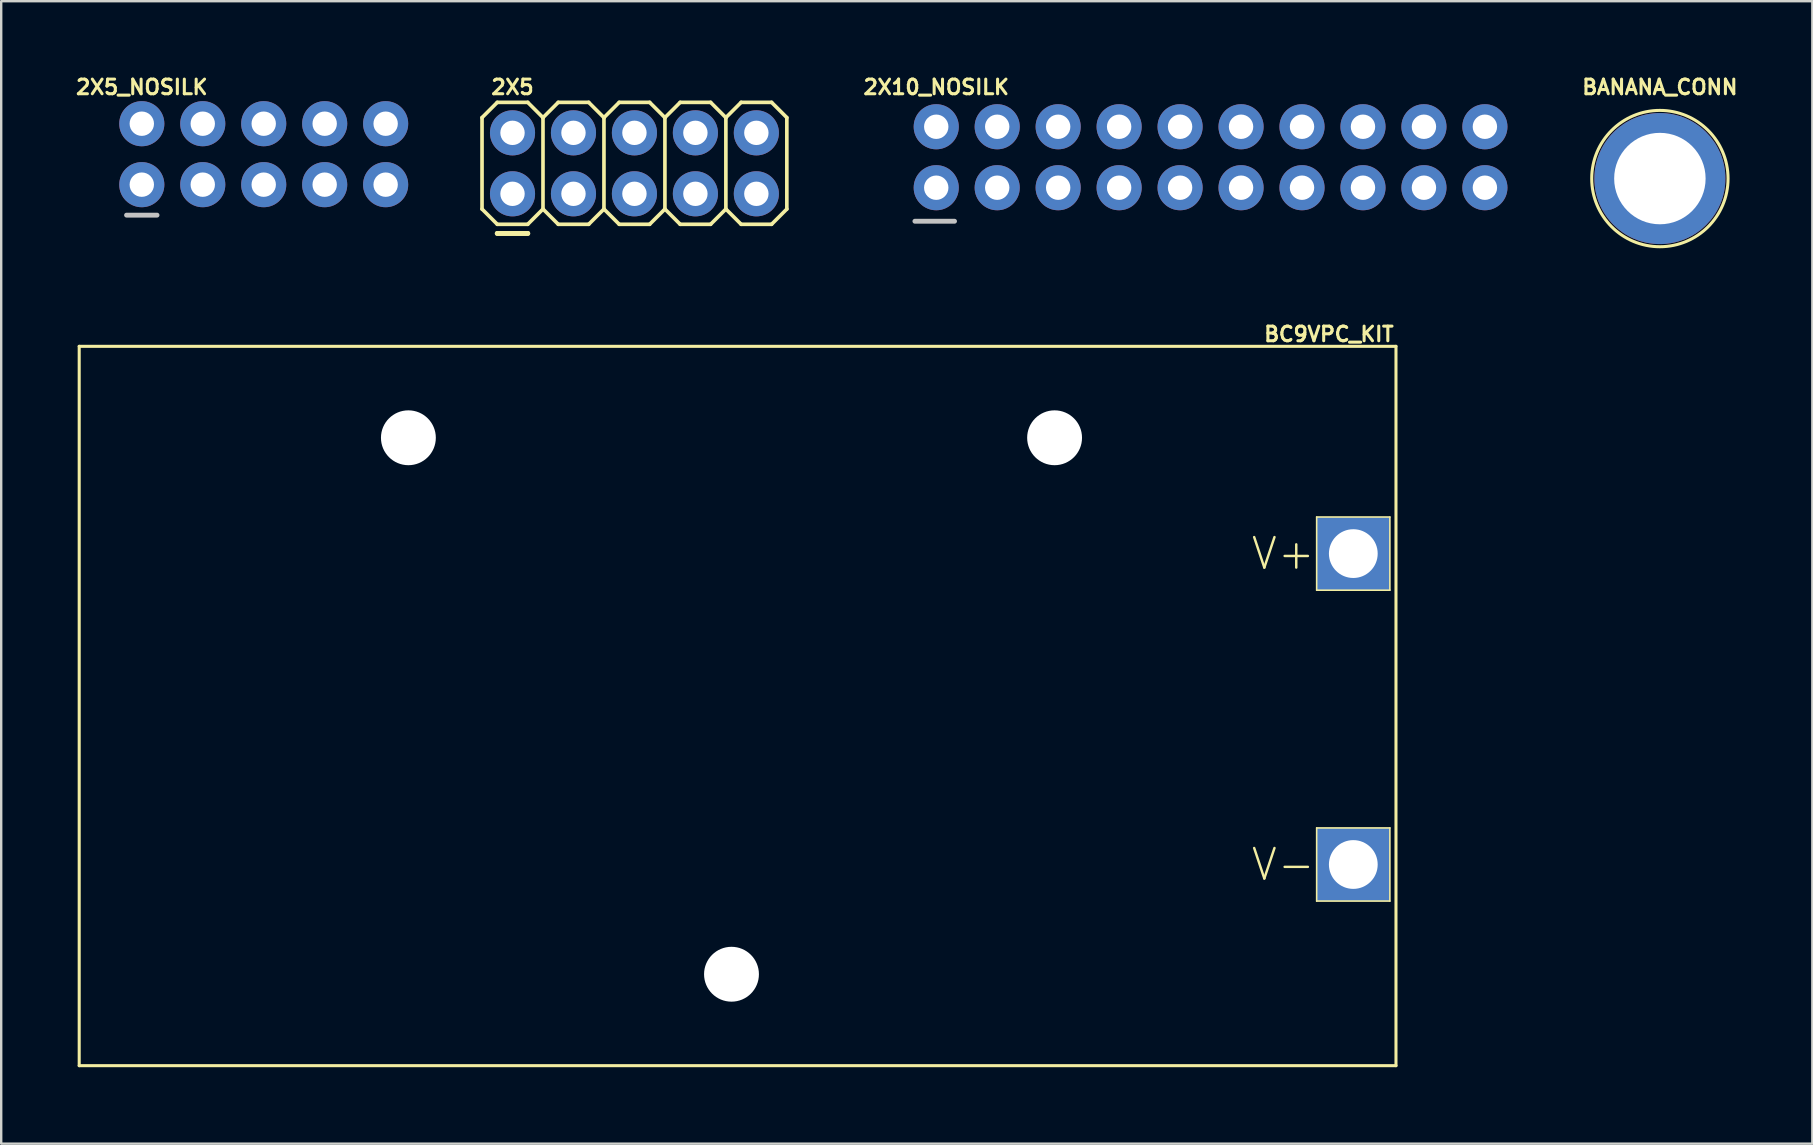
<source format=kicad_pcb>
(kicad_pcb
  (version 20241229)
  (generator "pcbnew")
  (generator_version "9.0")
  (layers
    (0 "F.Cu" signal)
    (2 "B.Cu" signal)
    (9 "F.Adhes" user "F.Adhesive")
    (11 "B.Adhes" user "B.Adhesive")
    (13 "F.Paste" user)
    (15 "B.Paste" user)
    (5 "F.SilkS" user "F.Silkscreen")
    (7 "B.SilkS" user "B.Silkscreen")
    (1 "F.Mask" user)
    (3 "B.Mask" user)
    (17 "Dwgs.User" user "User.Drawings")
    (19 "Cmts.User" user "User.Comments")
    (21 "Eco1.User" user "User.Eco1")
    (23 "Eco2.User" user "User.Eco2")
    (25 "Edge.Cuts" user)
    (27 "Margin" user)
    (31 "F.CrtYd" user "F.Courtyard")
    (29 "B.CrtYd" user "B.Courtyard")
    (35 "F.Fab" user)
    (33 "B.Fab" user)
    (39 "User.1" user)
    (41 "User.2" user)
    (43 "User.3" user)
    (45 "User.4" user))
  (footprint "2X10_NOSILK"
    (layer "F.Cu")
    (at 35.959 4.771)
    (property "Reference" "2X10_NOSILK" (at 0 -4.191 0) (layer "F.SilkS") (effects (font (size 0.61 0.61) (thickness 0.127))))
    (attr exclude_from_pos_files exclude_from_bom)
    (fp_line (start -0.889 1.397) (end 0.762 1.397) (stroke (width 0.203) (type solid)) (layer "Dwgs.User"))
    (pad "1" thru_hole circle (at 0 0) (size 1.88 1.88) (drill 1.016) (layers "*.Cu" "*.Mask"))
    (pad "2" thru_hole circle (at 0 -2.54) (size 1.88 1.88) (drill 1.016) (layers "*.Cu" "*.Mask"))
    (pad "3" thru_hole circle (at 2.54 0) (size 1.88 1.88) (drill 1.016) (layers "*.Cu" "*.Mask"))
    (pad "4" thru_hole circle (at 2.54 -2.54) (size 1.88 1.88) (drill 1.016) (layers "*.Cu" "*.Mask"))
    (pad "5" thru_hole circle (at 5.08 0) (size 1.88 1.88) (drill 1.016) (layers "*.Cu" "*.Mask"))
    (pad "6" thru_hole circle (at 5.08 -2.54) (size 1.88 1.88) (drill 1.016) (layers "*.Cu" "*.Mask"))
    (pad "7" thru_hole circle (at 7.62 0) (size 1.88 1.88) (drill 1.016) (layers "*.Cu" "*.Mask"))
    (pad "8" thru_hole circle (at 7.62 -2.54) (size 1.88 1.88) (drill 1.016) (layers "*.Cu" "*.Mask"))
    (pad "9" thru_hole circle (at 10.16 0) (size 1.88 1.88) (drill 1.016) (layers "*.Cu" "*.Mask"))
    (pad "10" thru_hole circle (at 10.16 -2.54) (size 1.88 1.88) (drill 1.016) (layers "*.Cu" "*.Mask"))
    (pad "11" thru_hole circle (at 12.7 0) (size 1.88 1.88) (drill 1.016) (layers "*.Cu" "*.Mask"))
    (pad "12" thru_hole circle (at 12.7 -2.54) (size 1.88 1.88) (drill 1.016) (layers "*.Cu" "*.Mask"))
    (pad "13" thru_hole circle (at 15.24 0) (size 1.88 1.88) (drill 1.016) (layers "*.Cu" "*.Mask"))
    (pad "14" thru_hole circle (at 15.24 -2.54) (size 1.88 1.88) (drill 1.016) (layers "*.Cu" "*.Mask"))
    (pad "15" thru_hole circle (at 17.78 0) (size 1.88 1.88) (drill 1.016) (layers "*.Cu" "*.Mask"))
    (pad "16" thru_hole circle (at 17.78 -2.54) (size 1.88 1.88) (drill 1.016) (layers "*.Cu" "*.Mask"))
    (pad "17" thru_hole circle (at 20.32 0) (size 1.88 1.88) (drill 1.016) (layers "*.Cu" "*.Mask"))
    (pad "18" thru_hole circle (at 20.32 -2.54) (size 1.88 1.88) (drill 1.016) (layers "*.Cu" "*.Mask"))
    (pad "19" thru_hole circle (at 22.86 0) (size 1.88 1.88) (drill 1.016) (layers "*.Cu" "*.Mask"))
    (pad "20" thru_hole circle (at 22.86 -2.54) (size 1.88 1.88) (drill 1.016) (layers "*.Cu" "*.Mask")))
  (footprint "BC9VPC_KIT"
    (layer "F.Cu")
    (at 0.25 41.352)
    (property "Reference" "BC9VPC_KIT" (at 52.07 -30.48 0) (layer "F.SilkS") (effects (font (size 0.61 0.61) (thickness 0.127))))
    (attr exclude_from_pos_files exclude_from_bom)
    (fp_line (start 0 -29.972) (end 54.864 -29.972) (stroke (width 0.127) (type solid)) (layer "F.SilkS"))
    (fp_line (start 0 0) (end 0 -29.972) (stroke (width 0.127) (type solid)) (layer "F.SilkS"))
    (fp_line (start 51.559 -22.86) (end 54.61 -22.86) (stroke (width 0.066) (type solid)) (layer "F.SilkS"))
    (fp_line (start 51.559 -19.812) (end 51.559 -22.86) (stroke (width 0.066) (type solid)) (layer "F.SilkS"))
    (fp_line (start 51.559 -19.812) (end 54.61 -19.812) (stroke (width 0.066) (type solid)) (layer "F.SilkS"))
    (fp_line (start 51.559 -9.906) (end 54.61 -9.906) (stroke (width 0.066) (type solid)) (layer "F.SilkS"))
    (fp_line (start 51.559 -6.858) (end 51.559 -9.906) (stroke (width 0.066) (type solid)) (layer "F.SilkS"))
    (fp_line (start 51.559 -6.858) (end 54.61 -6.858) (stroke (width 0.066) (type solid)) (layer "F.SilkS"))
    (fp_line (start 54.61 -19.812) (end 54.61 -22.86) (stroke (width 0.066) (type solid)) (layer "F.SilkS"))
    (fp_line (start 54.61 -6.858) (end 54.61 -9.906) (stroke (width 0.066) (type solid)) (layer "F.SilkS"))
    (fp_line (start 54.864 -29.972) (end 54.864 0) (stroke (width 0.127) (type solid)) (layer "F.SilkS"))
    (fp_line (start 54.864 0) (end 0 0) (stroke (width 0.127) (type solid)) (layer "F.SilkS"))
    (fp_text user "V-" (at 50.165 -8.382 0) (layer "F.SilkS") (effects (font (size 1.27 1.27) (thickness 0.102))))
    (fp_text user "V+" (at 50.165 -21.336 0) (layer "F.SilkS") (effects (font (size 1.27 1.27) (thickness 0.102))))
    (pad "" np_thru_hole circle (at 13.716 -26.162) (size 2.286 2.286) (drill 2.286) (layers "*.Cu" "*.Mask"))
    (pad "" np_thru_hole circle (at 27.178 -3.81) (size 2.286 2.286) (drill 2.286) (layers "*.Cu" "*.Mask"))
    (pad "" np_thru_hole circle (at 40.64 -26.162) (size 2.286 2.286) (drill 2.286) (layers "*.Cu" "*.Mask"))
    (pad "V+" thru_hole rect (at 53.086 -21.336) (size 3.048 3.048) (drill 2.032) (layers "*.Cu" "*.Mask"))
    (pad "V-" thru_hole rect (at 53.086 -8.382) (size 3.048 3.048) (drill 2.032) (layers "*.Cu" "*.Mask")))
  (footprint "2X5"
    (layer "F.Cu")
    (at 18.304 5.025)
    (property "Reference" "2X5" (at 0 -4.445 0) (layer "F.SilkS") (effects (font (size 0.61 0.61) (thickness 0.127))))
    (attr exclude_from_pos_files exclude_from_bom)
    (fp_line (start -1.27 -3.175) (end -0.635 -3.81) (stroke (width 0.152) (type solid)) (layer "F.SilkS"))
    (fp_line (start -1.27 0.635) (end -1.27 -3.175) (stroke (width 0.152) (type solid)) (layer "F.SilkS"))
    (fp_line (start -1.27 0.635) (end -0.635 1.27) (stroke (width 0.152) (type solid)) (layer "F.SilkS"))
    (fp_line (start -0.635 -3.81) (end 0.635 -3.81) (stroke (width 0.152) (type solid)) (layer "F.SilkS"))
    (fp_line (start -0.635 1.27) (end 0.635 1.27) (stroke (width 0.152) (type solid)) (layer "F.SilkS"))
    (fp_line (start -0.635 1.651) (end 0.635 1.651) (stroke (width 0.203) (type solid)) (layer "F.SilkS"))
    (fp_line (start -0.635 1.651) (end 0.635 1.651) (stroke (width 0.203) (type solid)) (layer "F.SilkS"))
    (fp_line (start 0.635 -3.81) (end 1.27 -3.175) (stroke (width 0.152) (type solid)) (layer "F.SilkS"))
    (fp_line (start 0.635 1.27) (end 1.27 0.635) (stroke (width 0.152) (type solid)) (layer "F.SilkS"))
    (fp_line (start 1.27 -3.175) (end 1.27 0.635) (stroke (width 0.152) (type solid)) (layer "F.SilkS"))
    (fp_line (start 1.27 -3.175) (end 1.905 -3.81) (stroke (width 0.152) (type solid)) (layer "F.SilkS"))
    (fp_line (start 1.27 0.635) (end 1.905 1.27) (stroke (width 0.152) (type solid)) (layer "F.SilkS"))
    (fp_line (start 1.905 -3.81) (end 3.175 -3.81) (stroke (width 0.152) (type solid)) (layer "F.SilkS"))
    (fp_line (start 1.905 1.27) (end 3.175 1.27) (stroke (width 0.152) (type solid)) (layer "F.SilkS"))
    (fp_line (start 3.175 -3.81) (end 3.81 -3.175) (stroke (width 0.152) (type solid)) (layer "F.SilkS"))
    (fp_line (start 3.175 1.27) (end 3.81 0.635) (stroke (width 0.152) (type solid)) (layer "F.SilkS"))
    (fp_line (start 3.81 -3.175) (end 3.81 0.635) (stroke (width 0.152) (type solid)) (layer "F.SilkS"))
    (fp_line (start 3.81 -3.175) (end 4.445 -3.81) (stroke (width 0.152) (type solid)) (layer "F.SilkS"))
    (fp_line (start 3.81 0.635) (end 4.445 1.27) (stroke (width 0.152) (type solid)) (layer "F.SilkS"))
    (fp_line (start 4.445 -3.81) (end 5.715 -3.81) (stroke (width 0.152) (type solid)) (layer "F.SilkS"))
    (fp_line (start 4.445 1.27) (end 5.715 1.27) (stroke (width 0.152) (type solid)) (layer "F.SilkS"))
    (fp_line (start 5.715 -3.81) (end 6.35 -3.175) (stroke (width 0.152) (type solid)) (layer "F.SilkS"))
    (fp_line (start 5.715 1.27) (end 6.35 0.635) (stroke (width 0.152) (type solid)) (layer "F.SilkS"))
    (fp_line (start 6.35 -3.175) (end 6.35 0.635) (stroke (width 0.152) (type solid)) (layer "F.SilkS"))
    (fp_line (start 6.35 -3.175) (end 6.985 -3.81) (stroke (width 0.152) (type solid)) (layer "F.SilkS"))
    (fp_line (start 6.35 0.635) (end 6.985 1.27) (stroke (width 0.152) (type solid)) (layer "F.SilkS"))
    (fp_line (start 6.985 -3.81) (end 8.255 -3.81) (stroke (width 0.152) (type solid)) (layer "F.SilkS"))
    (fp_line (start 6.985 1.27) (end 8.255 1.27) (stroke (width 0.152) (type solid)) (layer "F.SilkS"))
    (fp_line (start 8.255 -3.81) (end 8.89 -3.175) (stroke (width 0.152) (type solid)) (layer "F.SilkS"))
    (fp_line (start 8.255 1.27) (end 8.89 0.635) (stroke (width 0.152) (type solid)) (layer "F.SilkS"))
    (fp_line (start 8.89 -3.175) (end 8.89 0.635) (stroke (width 0.152) (type solid)) (layer "F.SilkS"))
    (fp_line (start 8.89 -3.175) (end 9.525 -3.81) (stroke (width 0.152) (type solid)) (layer "F.SilkS"))
    (fp_line (start 8.89 0.635) (end 9.525 1.27) (stroke (width 0.152) (type solid)) (layer "F.SilkS"))
    (fp_line (start 9.525 -3.81) (end 10.795 -3.81) (stroke (width 0.152) (type solid)) (layer "F.SilkS"))
    (fp_line (start 9.525 1.27) (end 10.795 1.27) (stroke (width 0.152) (type solid)) (layer "F.SilkS"))
    (fp_line (start 10.795 -3.81) (end 11.43 -3.175) (stroke (width 0.152) (type solid)) (layer "F.SilkS"))
    (fp_line (start 10.795 1.27) (end 11.43 0.635) (stroke (width 0.152) (type solid)) (layer "F.SilkS"))
    (fp_line (start 11.43 -3.175) (end 11.43 0.635) (stroke (width 0.152) (type solid)) (layer "F.SilkS"))
    (pad "1" thru_hole circle (at 0 0) (size 1.88 1.88) (drill 1.016) (layers "*.Cu" "*.Mask"))
    (pad "2" thru_hole circle (at 0 -2.54) (size 1.88 1.88) (drill 1.016) (layers "*.Cu" "*.Mask"))
    (pad "3" thru_hole circle (at 2.54 0) (size 1.88 1.88) (drill 1.016) (layers "*.Cu" "*.Mask"))
    (pad "4" thru_hole circle (at 2.54 -2.54) (size 1.88 1.88) (drill 1.016) (layers "*.Cu" "*.Mask"))
    (pad "5" thru_hole circle (at 5.08 0) (size 1.88 1.88) (drill 1.016) (layers "*.Cu" "*.Mask"))
    (pad "6" thru_hole circle (at 5.08 -2.54) (size 1.88 1.88) (drill 1.016) (layers "*.Cu" "*.Mask"))
    (pad "7" thru_hole circle (at 7.62 0) (size 1.88 1.88) (drill 1.016) (layers "*.Cu" "*.Mask"))
    (pad "8" thru_hole circle (at 7.62 -2.54) (size 1.88 1.88) (drill 1.016) (layers "*.Cu" "*.Mask"))
    (pad "9" thru_hole circle (at 10.16 0) (size 1.88 1.88) (drill 1.016) (layers "*.Cu" "*.Mask"))
    (pad "10" thru_hole circle (at 10.16 -2.54) (size 1.88 1.88) (drill 1.016) (layers "*.Cu" "*.Mask")))
  (footprint "2X5_NOSILK"
    (layer "F.Cu")
    (at 2.858 4.644)
    (property "Reference" "2X5_NOSILK" (at 0 -4.064 0) (layer "F.SilkS") (effects (font (size 0.61 0.61) (thickness 0.127))))
    (attr exclude_from_pos_files exclude_from_bom)
    (fp_line (start 0.635 1.27) (end -0.635 1.27) (stroke (width 0.203) (type solid)) (layer "Dwgs.User"))
    (pad "1" thru_hole circle (at 0 0) (size 1.88 1.88) (drill 1.016) (layers "*.Cu" "*.Mask"))
    (pad "2" thru_hole circle (at 0 -2.54) (size 1.88 1.88) (drill 1.016) (layers "*.Cu" "*.Mask"))
    (pad "3" thru_hole circle (at 2.54 0) (size 1.88 1.88) (drill 1.016) (layers "*.Cu" "*.Mask"))
    (pad "4" thru_hole circle (at 2.54 -2.54) (size 1.88 1.88) (drill 1.016) (layers "*.Cu" "*.Mask"))
    (pad "5" thru_hole circle (at 5.08 0) (size 1.88 1.88) (drill 1.016) (layers "*.Cu" "*.Mask"))
    (pad "6" thru_hole circle (at 5.08 -2.54) (size 1.88 1.88) (drill 1.016) (layers "*.Cu" "*.Mask"))
    (pad "7" thru_hole circle (at 7.62 0) (size 1.88 1.88) (drill 1.016) (layers "*.Cu" "*.Mask"))
    (pad "8" thru_hole circle (at 7.62 -2.54) (size 1.88 1.88) (drill 1.016) (layers "*.Cu" "*.Mask"))
    (pad "9" thru_hole circle (at 10.16 0) (size 1.88 1.88) (drill 1.016) (layers "*.Cu" "*.Mask"))
    (pad "10" thru_hole circle (at 10.16 -2.54) (size 1.88 1.88) (drill 1.016) (layers "*.Cu" "*.Mask")))
  (footprint "BANANA_CONN"
    (layer "F.Cu")
    (at 66.11 4.39)
    (property "Reference" "BANANA_CONN" (at 0 -3.81 0) (layer "F.SilkS") (effects (font (size 0.61 0.61) (thickness 0.127))))
    (attr exclude_from_pos_files exclude_from_bom)
    (fp_circle (center 0 0) (end 0 -2.84) (stroke (width 0.127) (type solid)) (fill no) (layer "F.SilkS"))
    (pad "P$1" thru_hole circle (at 0 0) (size 5.461 5.461) (drill 3.81) (layers "*.Cu" "*.Mask")))
  (gr_rect
    (start -3 -3)
    (end 72.462 44.602)
    (stroke (width 0.1) (type default))
    (fill no)
    (layer "Edge.Cuts")))
</source>
